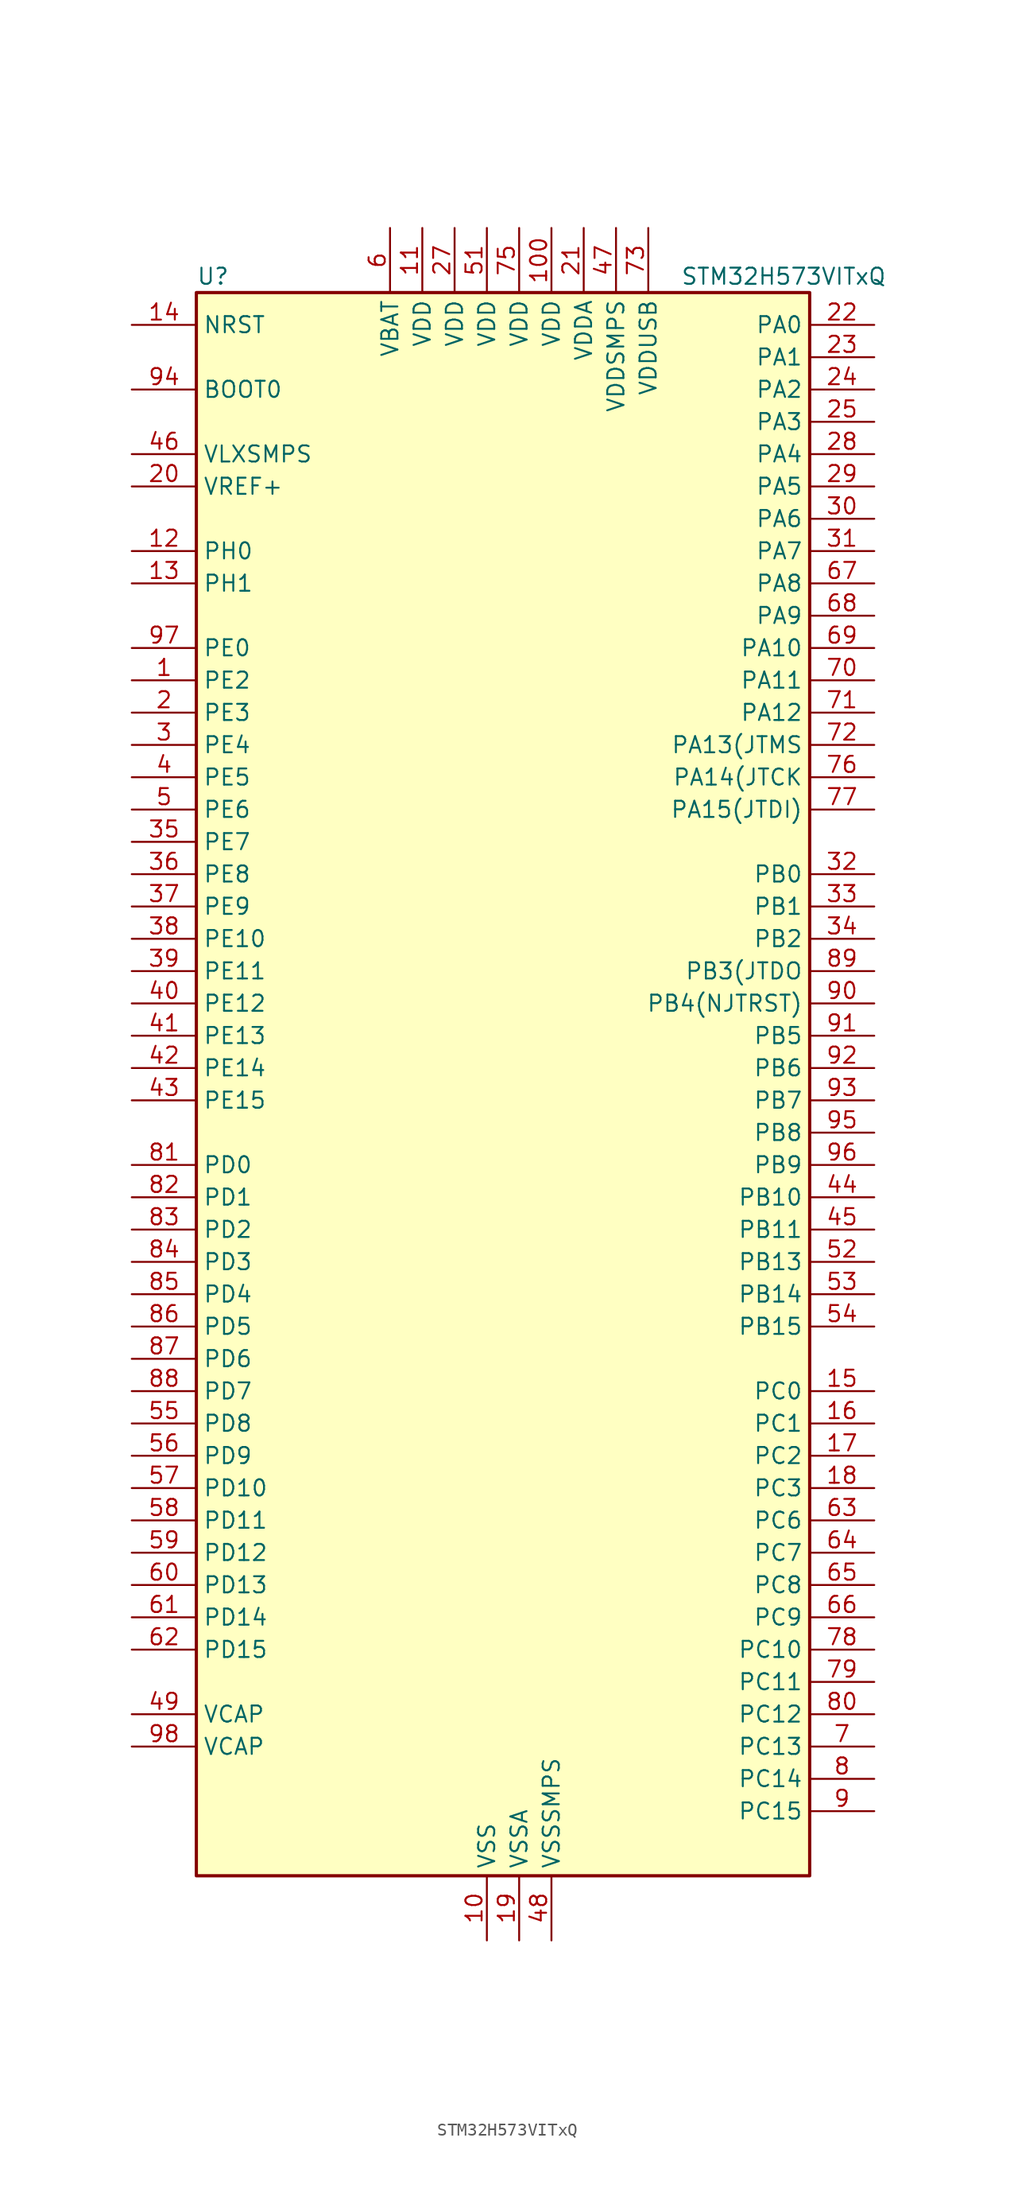
<source format=kicad_sym>
(kicad_symbol_lib
  (version 20231120)
  (generator "kicad-library-utils")
  (generator_version "8.0")
  (symbol "STM32H573VITxQ"
    (property "Reference" "U"
      (at -22.86 64.77 0)
      (effects (font (size 1.27 1.27)) (justify left)))
    (property "Value" "STM32H573VITxQ"
      (at 15.24 64.77 0)
      (effects (font (size 1.27 1.27)) (justify left)))
    (symbol "STM32H573VITxQ_0_1"
      (rectangle (start -22.86 -60.96) (end 25.4 63.5) (stroke (width 0.254) (type default)) (fill (type background))))
    (symbol "STM32H573VITxQ_1_1"
      (pin bidirectional line (at -27.94 33.02 0) (length 5.08) (name "PE2" (effects (font (size 1.27 1.27)))) (number "1" (effects (font (size 1.27 1.27)))) (alternate "DCMI_D3" bidirectional line) (alternate "DEBUG_TRACECLK" bidirectional line) (alternate "ETH_TXD3" bidirectional line) (alternate "FMC_A23" bidirectional line) (alternate "LPTIM1_IN2" bidirectional line) (alternate "OCTOSPI1_IO2" bidirectional line) (alternate "PSSI_D3" bidirectional line) (alternate "SAI1_CK1" bidirectional line) (alternate "SAI1_MCLK_A" bidirectional line) (alternate "SPI4_SCK" bidirectional line) (alternate "UART8_TX" bidirectional line) (alternate "USART10_RX" bidirectional line))
      (pin power_in line (at 0 -66.04 90) (length 5.08) (name "VSS" (effects (font (size 1.27 1.27)))) (number "10" (effects (font (size 1.27 1.27)))))
      (pin power_in line (at 5.08 68.58 270) (length 5.08) (name "VDD" (effects (font (size 1.27 1.27)))) (number "100" (effects (font (size 1.27 1.27)))))
      (pin power_in line (at -5.08 68.58 270) (length 5.08) (name "VDD" (effects (font (size 1.27 1.27)))) (number "11" (effects (font (size 1.27 1.27)))))
      (pin bidirectional line (at -27.94 43.18 0) (length 5.08) (name "PH0" (effects (font (size 1.27 1.27)))) (number "12" (effects (font (size 1.27 1.27)))) (alternate "RCC_OSC_IN" bidirectional line))
      (pin bidirectional line (at -27.94 40.64 0) (length 5.08) (name "PH1" (effects (font (size 1.27 1.27)))) (number "13" (effects (font (size 1.27 1.27)))) (alternate "RCC_OSC_OUT" bidirectional line))
      (pin input line (at -27.94 60.96 0) (length 5.08) (name "NRST" (effects (font (size 1.27 1.27)))) (number "14" (effects (font (size 1.27 1.27)))))
      (pin bidirectional line (at 30.48 -22.86 180) (length 5.08) (name "PC0" (effects (font (size 1.27 1.27)))) (number "15" (effects (font (size 1.27 1.27)))) (alternate "ADC1_INP10" bidirectional line) (alternate "ADC2_INP10" bidirectional line) (alternate "FMC_A25" bidirectional line) (alternate "FMC_SDNWE" bidirectional line) (alternate "OCTOSPI1_IO7" bidirectional line) (alternate "SAI1_MCLK_A" bidirectional line) (alternate "SAI2_FS_B" bidirectional line) (alternate "SPI2_RDY" bidirectional line) (alternate "TIM16_BKIN" bidirectional line))
      (pin bidirectional line (at 30.48 -25.4 180) (length 5.08) (name "PC1" (effects (font (size 1.27 1.27)))) (number "16" (effects (font (size 1.27 1.27)))) (alternate "ADC1_INN10" bidirectional line) (alternate "ADC1_INP11" bidirectional line) (alternate "ADC2_INN10" bidirectional line) (alternate "ADC2_INP11" bidirectional line) (alternate "DEBUG_TRACED0" bidirectional line) (alternate "ETH_MDC" bidirectional line) (alternate "I2S2_SDO" bidirectional line) (alternate "OCTOSPI1_IO4" bidirectional line) (alternate "PWR_WKUP6" bidirectional line) (alternate "SAI1_D1" bidirectional line) (alternate "SAI1_SD_A" bidirectional line) (alternate "SAI2_SD_A" bidirectional line) (alternate "SPI2_MOSI" bidirectional line) (alternate "TAMP_IN3" bidirectional line) (alternate "TAMP_OUT5" bidirectional line) (alternate "USART11_RTS" bidirectional line))
      (pin bidirectional line (at 30.48 -27.94 180) (length 5.08) (name "PC2" (effects (font (size 1.27 1.27)))) (number "17" (effects (font (size 1.27 1.27)))) (alternate "ADC1_INN11" bidirectional line) (alternate "ADC1_INP12" bidirectional line) (alternate "ADC2_INN11" bidirectional line) (alternate "ADC2_INP12" bidirectional line) (alternate "ETH_TXD2" bidirectional line) (alternate "FMC_SDNE0" bidirectional line) (alternate "I2S2_SDI" bidirectional line) (alternate "OCTOSPI1_IO2" bidirectional line) (alternate "OCTOSPI1_IO5" bidirectional line) (alternate "PWR_CSLEEP" bidirectional line) (alternate "SPI2_MISO" bidirectional line) (alternate "TIM17_CH1" bidirectional line) (alternate "TIM4_CH4" bidirectional line))
      (pin bidirectional line (at 30.48 -30.48 180) (length 5.08) (name "PC3" (effects (font (size 1.27 1.27)))) (number "18" (effects (font (size 1.27 1.27)))) (alternate "ADC1_INN12" bidirectional line) (alternate "ADC1_INP13" bidirectional line) (alternate "ADC2_INN12" bidirectional line) (alternate "ADC2_INP13" bidirectional line) (alternate "ETH_TX_CLK" bidirectional line) (alternate "FMC_SDCKE0" bidirectional line) (alternate "I2S2_SDO" bidirectional line) (alternate "LPTIM3_CH1" bidirectional line) (alternate "OCTOSPI1_IO0" bidirectional line) (alternate "OCTOSPI1_IO6" bidirectional line) (alternate "PWR_CSTOP" bidirectional line) (alternate "SAI1_D3" bidirectional line) (alternate "SPI2_MOSI" bidirectional line))
      (pin power_in line (at 2.54 -66.04 90) (length 5.08) (name "VSSA" (effects (font (size 1.27 1.27)))) (number "19" (effects (font (size 1.27 1.27)))))
      (pin bidirectional line (at -27.94 30.48 0) (length 5.08) (name "PE3" (effects (font (size 1.27 1.27)))) (number "2" (effects (font (size 1.27 1.27)))) (alternate "DEBUG_TRACED0" bidirectional line) (alternate "FMC_A19" bidirectional line) (alternate "SAI1_SD_B" bidirectional line) (alternate "TAMP_IN6" bidirectional line) (alternate "TAMP_OUT3" bidirectional line) (alternate "TIM15_BKIN" bidirectional line) (alternate "USART10_TX" bidirectional line))
      (pin input line (at -27.94 48.26 0) (length 5.08) (name "VREF+" (effects (font (size 1.27 1.27)))) (number "20" (effects (font (size 1.27 1.27)))))
      (pin power_in line (at 7.62 68.58 270) (length 5.08) (name "VDDA" (effects (font (size 1.27 1.27)))) (number "21" (effects (font (size 1.27 1.27)))))
      (pin bidirectional line (at 30.48 60.96 180) (length 5.08) (name "PA0" (effects (font (size 1.27 1.27)))) (number "22" (effects (font (size 1.27 1.27)))) (alternate "ADC1_INN1" bidirectional line) (alternate "ADC1_INP0" bidirectional line) (alternate "ADC2_INN1" bidirectional line) (alternate "ADC2_INP0" bidirectional line) (alternate "ETH_CRS" bidirectional line) (alternate "PWR_WKUP1" bidirectional line) (alternate "SAI2_SD_B" bidirectional line) (alternate "SPI3_RDY" bidirectional line) (alternate "SPI6_NSS" bidirectional line) (alternate "TAMP_IN2" bidirectional line) (alternate "TAMP_OUT1" bidirectional line) (alternate "TIM15_BKIN" bidirectional line) (alternate "TIM2_CH1" bidirectional line) (alternate "TIM2_ETR" bidirectional line) (alternate "TIM5_CH1" bidirectional line) (alternate "TIM8_ETR" bidirectional line) (alternate "UART4_TX" bidirectional line) (alternate "USART2_CTS" bidirectional line) (alternate "USART2_NSS" bidirectional line))
      (pin bidirectional line (at 30.48 58.42 180) (length 5.08) (name "PA1" (effects (font (size 1.27 1.27)))) (number "23" (effects (font (size 1.27 1.27)))) (alternate "ADC1_INP1" bidirectional line) (alternate "ADC2_INP1" bidirectional line) (alternate "ETH_REF_CLK" bidirectional line) (alternate "ETH_RX_CLK" bidirectional line) (alternate "LPTIM1_IN1" bidirectional line) (alternate "OCTOSPI1_DQS" bidirectional line) (alternate "OCTOSPI1_IO3" bidirectional line) (alternate "SAI2_MCLK_B" bidirectional line) (alternate "TAMP_IN5" bidirectional line) (alternate "TAMP_OUT4" bidirectional line) (alternate "TIM15_CH1N" bidirectional line) (alternate "TIM2_CH2" bidirectional line) (alternate "TIM5_CH2" bidirectional line) (alternate "UART4_RX" bidirectional line) (alternate "USART2_RTS" bidirectional line))
      (pin bidirectional line (at 30.48 55.88 180) (length 5.08) (name "PA2" (effects (font (size 1.27 1.27)))) (number "24" (effects (font (size 1.27 1.27)))) (alternate "ADC1_INP14" bidirectional line) (alternate "ADC2_INP14" bidirectional line) (alternate "ETH_MDIO" bidirectional line) (alternate "LPTIM1_IN2" bidirectional line) (alternate "PWR_WKUP2" bidirectional line) (alternate "SAI2_SCK_B" bidirectional line) (alternate "TAMP_IN4" bidirectional line) (alternate "TAMP_OUT3" bidirectional line) (alternate "TIM15_CH1" bidirectional line) (alternate "TIM2_CH3" bidirectional line) (alternate "TIM5_CH3" bidirectional line) (alternate "USART2_TX" bidirectional line))
      (pin bidirectional line (at 30.48 53.34 180) (length 5.08) (name "PA3" (effects (font (size 1.27 1.27)))) (number "25" (effects (font (size 1.27 1.27)))) (alternate "ADC1_INP15" bidirectional line) (alternate "ADC2_INP15" bidirectional line) (alternate "ETH_COL" bidirectional line) (alternate "I2S2_WS" bidirectional line) (alternate "OCTOSPI1_CLK" bidirectional line) (alternate "SAI1_SD_B" bidirectional line) (alternate "SPI2_NSS" bidirectional line) (alternate "TIM15_CH2" bidirectional line) (alternate "TIM2_CH4" bidirectional line) (alternate "TIM5_CH4" bidirectional line) (alternate "USART2_RX" bidirectional line))
      (pin passive line (at 0 -66.04 90) (length 5.08) hide (name "VSS" (effects (font (size 1.27 1.27)))) (number "26" (effects (font (size 1.27 1.27)))))
      (pin power_in line (at -2.54 68.58 270) (length 5.08) (name "VDD" (effects (font (size 1.27 1.27)))) (number "27" (effects (font (size 1.27 1.27)))))
      (pin bidirectional line (at 30.48 50.8 180) (length 5.08) (name "PA4" (effects (font (size 1.27 1.27)))) (number "28" (effects (font (size 1.27 1.27)))) (alternate "ADC1_INP18" bidirectional line) (alternate "ADC2_INP18" bidirectional line) (alternate "DAC1_OUT1" bidirectional line) (alternate "DCMI_HSYNC" bidirectional line) (alternate "I2S1_WS" bidirectional line) (alternate "I2S3_WS" bidirectional line) (alternate "LPTIM2_CH1" bidirectional line) (alternate "PSSI_DE" bidirectional line) (alternate "SPI1_NSS" bidirectional line) (alternate "SPI3_NSS" bidirectional line) (alternate "SPI6_NSS" bidirectional line) (alternate "TIM5_ETR" bidirectional line) (alternate "USART2_CK" bidirectional line))
      (pin bidirectional line (at 30.48 48.26 180) (length 5.08) (name "PA5" (effects (font (size 1.27 1.27)))) (number "29" (effects (font (size 1.27 1.27)))) (alternate "ADC1_INN18" bidirectional line) (alternate "ADC1_INP19" bidirectional line) (alternate "ADC2_INN18" bidirectional line) (alternate "ADC2_INP19" bidirectional line) (alternate "DAC1_OUT2" bidirectional line) (alternate "ETH_TX_EN" bidirectional line) (alternate "I2S1_CK" bidirectional line) (alternate "PSSI_D14" bidirectional line) (alternate "SPI1_SCK" bidirectional line) (alternate "SPI6_SCK" bidirectional line) (alternate "TIM2_CH1" bidirectional line) (alternate "TIM2_ETR" bidirectional line) (alternate "TIM8_CH1N" bidirectional line))
      (pin bidirectional line (at -27.94 27.94 0) (length 5.08) (name "PE4" (effects (font (size 1.27 1.27)))) (number "3" (effects (font (size 1.27 1.27)))) (alternate "DCMI_D4" bidirectional line) (alternate "DEBUG_TRACED1" bidirectional line) (alternate "FMC_A20" bidirectional line) (alternate "PSSI_D4" bidirectional line) (alternate "SAI1_D2" bidirectional line) (alternate "SAI1_FS_A" bidirectional line) (alternate "SPI4_NSS" bidirectional line) (alternate "TAMP_IN7" bidirectional line) (alternate "TAMP_OUT8" bidirectional line) (alternate "TIM15_CH1N" bidirectional line))
      (pin bidirectional line (at 30.48 45.72 180) (length 5.08) (name "PA6" (effects (font (size 1.27 1.27)))) (number "30" (effects (font (size 1.27 1.27)))) (alternate "ADC1_INP3" bidirectional line) (alternate "ADC2_INP3" bidirectional line) (alternate "DCMI_PIXCLK" bidirectional line) (alternate "I2S1_SDI" bidirectional line) (alternate "OCTOSPI1_IO3" bidirectional line) (alternate "PSSI_PDCK" bidirectional line) (alternate "SPI1_MISO" bidirectional line) (alternate "SPI6_MISO" bidirectional line) (alternate "TIM13_CH1" bidirectional line) (alternate "TIM1_BKIN" bidirectional line) (alternate "TIM3_CH1" bidirectional line) (alternate "TIM8_BKIN" bidirectional line) (alternate "USART11_TX" bidirectional line))
      (pin bidirectional line (at 30.48 43.18 180) (length 5.08) (name "PA7" (effects (font (size 1.27 1.27)))) (number "31" (effects (font (size 1.27 1.27)))) (alternate "ADC1_INN3" bidirectional line) (alternate "ADC1_INP7" bidirectional line) (alternate "ADC2_INN3" bidirectional line) (alternate "ADC2_INP7" bidirectional line) (alternate "ETH_CRS_DV" bidirectional line) (alternate "ETH_RX_DV" bidirectional line) (alternate "FMC_NWE" bidirectional line) (alternate "FMC_SDNWE" bidirectional line) (alternate "I2S1_SDO" bidirectional line) (alternate "OCTOSPI1_IO2" bidirectional line) (alternate "SPI1_MOSI" bidirectional line) (alternate "SPI6_MOSI" bidirectional line) (alternate "TIM14_CH1" bidirectional line) (alternate "TIM1_CH1N" bidirectional line) (alternate "TIM3_CH2" bidirectional line) (alternate "TIM8_CH1N" bidirectional line) (alternate "USART11_RX" bidirectional line))
      (pin bidirectional line (at 30.48 17.78 180) (length 5.08) (name "PB0" (effects (font (size 1.27 1.27)))) (number "32" (effects (font (size 1.27 1.27)))) (alternate "ADC1_INN5" bidirectional line) (alternate "ADC1_INP9" bidirectional line) (alternate "ADC2_INN5" bidirectional line) (alternate "ADC2_INP9" bidirectional line) (alternate "ETH_RXD2" bidirectional line) (alternate "LPTIM3_CH1" bidirectional line) (alternate "OCTOSPI1_IO1" bidirectional line) (alternate "TIM1_CH2N" bidirectional line) (alternate "TIM3_CH3" bidirectional line) (alternate "TIM8_CH2N" bidirectional line) (alternate "UART4_CTS" bidirectional line) (alternate "USART11_CK" bidirectional line))
      (pin bidirectional line (at 30.48 15.24 180) (length 5.08) (name "PB1" (effects (font (size 1.27 1.27)))) (number "33" (effects (font (size 1.27 1.27)))) (alternate "ADC1_INP5" bidirectional line) (alternate "ADC2_INP5" bidirectional line) (alternate "ETH_RXD3" bidirectional line) (alternate "LPTIM3_CH2" bidirectional line) (alternate "OCTOSPI1_IO0" bidirectional line) (alternate "TIM1_CH3N" bidirectional line) (alternate "TIM3_CH4" bidirectional line) (alternate "TIM8_CH3N" bidirectional line))
      (pin bidirectional line (at 30.48 12.7 180) (length 5.08) (name "PB2" (effects (font (size 1.27 1.27)))) (number "34" (effects (font (size 1.27 1.27)))) (alternate "I2S3_SDO" bidirectional line) (alternate "LPTIM1_CH1" bidirectional line) (alternate "LPTIM5_ETR" bidirectional line) (alternate "OCTOSPI1_CLK" bidirectional line) (alternate "OCTOSPI1_DQS" bidirectional line) (alternate "RCC_LSCO" bidirectional line) (alternate "RTC_OUT2" bidirectional line) (alternate "SAI1_D1" bidirectional line) (alternate "SAI1_SD_A" bidirectional line) (alternate "SDMMC1_CMD" bidirectional line) (alternate "SPI1_RDY" bidirectional line) (alternate "SPI3_MOSI" bidirectional line) (alternate "TIM8_CH4N" bidirectional line))
      (pin bidirectional line (at -27.94 20.32 0) (length 5.08) (name "PE7" (effects (font (size 1.27 1.27)))) (number "35" (effects (font (size 1.27 1.27)))) (alternate "FMC_D4" bidirectional line) (alternate "FMC_DA4" bidirectional line) (alternate "OCTOSPI1_IO4" bidirectional line) (alternate "TIM1_ETR" bidirectional line) (alternate "UART12_RTS" bidirectional line) (alternate "UART7_RX" bidirectional line))
      (pin bidirectional line (at -27.94 17.78 0) (length 5.08) (name "PE8" (effects (font (size 1.27 1.27)))) (number "36" (effects (font (size 1.27 1.27)))) (alternate "FMC_D5" bidirectional line) (alternate "FMC_DA5" bidirectional line) (alternate "OCTOSPI1_IO5" bidirectional line) (alternate "TIM1_CH1N" bidirectional line) (alternate "UART12_CTS" bidirectional line) (alternate "UART7_TX" bidirectional line))
      (pin bidirectional line (at -27.94 15.24 0) (length 5.08) (name "PE9" (effects (font (size 1.27 1.27)))) (number "37" (effects (font (size 1.27 1.27)))) (alternate "DAC1_EXTI9" bidirectional line) (alternate "FMC_D6" bidirectional line) (alternate "FMC_DA6" bidirectional line) (alternate "OCTOSPI1_IO6" bidirectional line) (alternate "TIM1_CH1" bidirectional line) (alternate "UART12_RX" bidirectional line) (alternate "UART7_RTS" bidirectional line))
      (pin bidirectional line (at -27.94 12.7 0) (length 5.08) (name "PE10" (effects (font (size 1.27 1.27)))) (number "38" (effects (font (size 1.27 1.27)))) (alternate "FMC_D7" bidirectional line) (alternate "FMC_DA7" bidirectional line) (alternate "OCTOSPI1_IO7" bidirectional line) (alternate "TIM1_CH2N" bidirectional line) (alternate "UART12_TX" bidirectional line) (alternate "UART7_CTS" bidirectional line))
      (pin bidirectional line (at -27.94 10.16 0) (length 5.08) (name "PE11" (effects (font (size 1.27 1.27)))) (number "39" (effects (font (size 1.27 1.27)))) (alternate "ADC1_EXTI11" bidirectional line) (alternate "ADC2_EXTI11" bidirectional line) (alternate "FMC_D8" bidirectional line) (alternate "FMC_DA8" bidirectional line) (alternate "OCTOSPI1_NCS" bidirectional line) (alternate "SAI2_SD_B" bidirectional line) (alternate "SPI1_RDY" bidirectional line) (alternate "SPI4_NSS" bidirectional line) (alternate "TIM1_CH2" bidirectional line))
      (pin bidirectional line (at -27.94 25.4 0) (length 5.08) (name "PE5" (effects (font (size 1.27 1.27)))) (number "4" (effects (font (size 1.27 1.27)))) (alternate "DCMI_D6" bidirectional line) (alternate "DEBUG_TRACED2" bidirectional line) (alternate "FMC_A21" bidirectional line) (alternate "PSSI_D6" bidirectional line) (alternate "SAI1_CK2" bidirectional line) (alternate "SAI1_SCK_A" bidirectional line) (alternate "SPI4_MISO" bidirectional line) (alternate "TAMP_IN8" bidirectional line) (alternate "TAMP_OUT7" bidirectional line) (alternate "TIM15_CH1" bidirectional line))
      (pin bidirectional line (at -27.94 7.62 0) (length 5.08) (name "PE12" (effects (font (size 1.27 1.27)))) (number "40" (effects (font (size 1.27 1.27)))) (alternate "FMC_D9" bidirectional line) (alternate "FMC_DA9" bidirectional line) (alternate "SAI2_SCK_B" bidirectional line) (alternate "SPI4_SCK" bidirectional line) (alternate "TIM1_CH3N" bidirectional line))
      (pin bidirectional line (at -27.94 5.08 0) (length 5.08) (name "PE13" (effects (font (size 1.27 1.27)))) (number "41" (effects (font (size 1.27 1.27)))) (alternate "FMC_D10" bidirectional line) (alternate "FMC_DA10" bidirectional line) (alternate "SAI2_FS_B" bidirectional line) (alternate "SPI4_MISO" bidirectional line) (alternate "TIM1_CH3" bidirectional line))
      (pin bidirectional line (at -27.94 2.54 0) (length 5.08) (name "PE14" (effects (font (size 1.27 1.27)))) (number "42" (effects (font (size 1.27 1.27)))) (alternate "FMC_D11" bidirectional line) (alternate "FMC_DA11" bidirectional line) (alternate "SAI2_MCLK_B" bidirectional line) (alternate "SPI4_MOSI" bidirectional line) (alternate "TIM1_CH4" bidirectional line))
      (pin bidirectional line (at -27.94 0 0) (length 5.08) (name "PE15" (effects (font (size 1.27 1.27)))) (number "43" (effects (font (size 1.27 1.27)))) (alternate "ADC1_EXTI15" bidirectional line) (alternate "ADC2_EXTI15" bidirectional line) (alternate "FMC_D12" bidirectional line) (alternate "FMC_DA12" bidirectional line) (alternate "TIM1_BKIN" bidirectional line) (alternate "TIM1_CH4N" bidirectional line) (alternate "USART10_CK" bidirectional line))
      (pin bidirectional line (at 30.48 -7.62 180) (length 5.08) (name "PB10" (effects (font (size 1.27 1.27)))) (number "44" (effects (font (size 1.27 1.27)))) (alternate "ETH_RX_ER" bidirectional line) (alternate "I2C2_SCL" bidirectional line) (alternate "I2S2_CK" bidirectional line) (alternate "LPTIM2_IN1" bidirectional line) (alternate "LPTIM3_CH1" bidirectional line) (alternate "OCTOSPI1_NCS" bidirectional line) (alternate "SPI2_SCK" bidirectional line) (alternate "TIM2_CH3" bidirectional line) (alternate "USART3_TX" bidirectional line))
      (pin bidirectional line (at 30.48 -10.16 180) (length 5.08) (name "PB11" (effects (font (size 1.27 1.27)))) (number "45" (effects (font (size 1.27 1.27)))) (alternate "ADC1_EXTI11" bidirectional line) (alternate "ADC2_EXTI11" bidirectional line) (alternate "ETH_TX_EN" bidirectional line) (alternate "FMC_NBL1" bidirectional line) (alternate "I2C2_SDA" bidirectional line) (alternate "LPTIM2_ETR" bidirectional line) (alternate "SPI2_RDY" bidirectional line) (alternate "SPI4_RDY" bidirectional line) (alternate "TIM2_CH4" bidirectional line) (alternate "USART3_RX" bidirectional line))
      (pin power_in line (at -27.94 50.8 0) (length 5.08) (name "VLXSMPS" (effects (font (size 1.27 1.27)))) (number "46" (effects (font (size 1.27 1.27)))))
      (pin power_in line (at 10.16 68.58 270) (length 5.08) (name "VDDSMPS" (effects (font (size 1.27 1.27)))) (number "47" (effects (font (size 1.27 1.27)))))
      (pin power_in line (at 5.08 -66.04 90) (length 5.08) (name "VSSSMPS" (effects (font (size 1.27 1.27)))) (number "48" (effects (font (size 1.27 1.27)))))
      (pin power_out line (at -27.94 -48.26 0) (length 5.08) (name "VCAP" (effects (font (size 1.27 1.27)))) (number "49" (effects (font (size 1.27 1.27)))))
      (pin bidirectional line (at -27.94 22.86 0) (length 5.08) (name "PE6" (effects (font (size 1.27 1.27)))) (number "5" (effects (font (size 1.27 1.27)))) (alternate "DCMI_D7" bidirectional line) (alternate "DEBUG_TRACED3" bidirectional line) (alternate "FMC_A22" bidirectional line) (alternate "PSSI_D7" bidirectional line) (alternate "SAI1_D1" bidirectional line) (alternate "SAI1_SD_A" bidirectional line) (alternate "SAI2_MCLK_B" bidirectional line) (alternate "SPI4_MOSI" bidirectional line) (alternate "TAMP_IN3" bidirectional line) (alternate "TAMP_OUT6" bidirectional line) (alternate "TIM15_CH2" bidirectional line) (alternate "TIM1_BKIN2" bidirectional line))
      (pin passive line (at 0 -66.04 90) (length 5.08) hide (name "VSS" (effects (font (size 1.27 1.27)))) (number "50" (effects (font (size 1.27 1.27)))))
      (pin power_in line (at 0 68.58 270) (length 5.08) (name "VDD" (effects (font (size 1.27 1.27)))) (number "51" (effects (font (size 1.27 1.27)))))
      (pin bidirectional line (at 30.48 -12.7 180) (length 5.08) (name "PB13" (effects (font (size 1.27 1.27)))) (number "52" (effects (font (size 1.27 1.27)))) (alternate "FDCAN2_TX" bidirectional line) (alternate "I2C2_SMBA" bidirectional line) (alternate "I2S2_CK" bidirectional line) (alternate "LPTIM2_CH1" bidirectional line) (alternate "LPTIM3_IN1" bidirectional line) (alternate "SDMMC1_D0" bidirectional line) (alternate "SPI2_SCK" bidirectional line) (alternate "TIM1_CH1N" bidirectional line) (alternate "UART5_TX" bidirectional line) (alternate "UCPD1_CC1" bidirectional line) (alternate "USART3_CTS" bidirectional line) (alternate "USART3_NSS" bidirectional line))
      (pin bidirectional line (at 30.48 -15.24 180) (length 5.08) (name "PB14" (effects (font (size 1.27 1.27)))) (number "53" (effects (font (size 1.27 1.27)))) (alternate "I2S2_SDI" bidirectional line) (alternate "LPTIM3_ETR" bidirectional line) (alternate "SPI2_MISO" bidirectional line) (alternate "TIM12_CH1" bidirectional line) (alternate "TIM1_CH2N" bidirectional line) (alternate "TIM8_CH2N" bidirectional line) (alternate "UART4_DE" bidirectional line) (alternate "UART4_RTS" bidirectional line) (alternate "UCPD1_CC2" bidirectional line) (alternate "USART1_TX" bidirectional line) (alternate "USART3_RTS" bidirectional line))
      (pin bidirectional line (at 30.48 -17.78 180) (length 5.08) (name "PB15" (effects (font (size 1.27 1.27)))) (number "54" (effects (font (size 1.27 1.27)))) (alternate "ADC1_EXTI15" bidirectional line) (alternate "ADC2_EXTI15" bidirectional line) (alternate "DCMI_D2" bidirectional line) (alternate "ETH_TXD1" bidirectional line) (alternate "I2S2_SDO" bidirectional line) (alternate "OCTOSPI1_CLK" bidirectional line) (alternate "PSSI_D2" bidirectional line) (alternate "PWR_PVD_IN" bidirectional line) (alternate "RTC_REFIN" bidirectional line) (alternate "SPI2_MOSI" bidirectional line) (alternate "TIM12_CH2" bidirectional line) (alternate "TIM1_CH3N" bidirectional line) (alternate "TIM8_CH3N" bidirectional line) (alternate "UART4_CTS" bidirectional line) (alternate "UART5_RX" bidirectional line) (alternate "USART11_CTS" bidirectional line) (alternate "USART11_NSS" bidirectional line) (alternate "USART1_RX" bidirectional line))
      (pin bidirectional line (at -27.94 -25.4 0) (length 5.08) (name "PD8" (effects (font (size 1.27 1.27)))) (number "55" (effects (font (size 1.27 1.27)))) (alternate "FMC_D13" bidirectional line) (alternate "FMC_DA13" bidirectional line) (alternate "USART3_TX" bidirectional line))
      (pin bidirectional line (at -27.94 -27.94 0) (length 5.08) (name "PD9" (effects (font (size 1.27 1.27)))) (number "56" (effects (font (size 1.27 1.27)))) (alternate "DAC1_EXTI9" bidirectional line) (alternate "FDCAN2_RX" bidirectional line) (alternate "FMC_D14" bidirectional line) (alternate "FMC_DA14" bidirectional line) (alternate "USART3_RX" bidirectional line))
      (pin bidirectional line (at -27.94 -30.48 0) (length 5.08) (name "PD10" (effects (font (size 1.27 1.27)))) (number "57" (effects (font (size 1.27 1.27)))) (alternate "FMC_D15" bidirectional line) (alternate "FMC_DA15" bidirectional line) (alternate "LPTIM2_CH2" bidirectional line) (alternate "USART3_CK" bidirectional line))
      (pin bidirectional line (at -27.94 -33.02 0) (length 5.08) (name "PD11" (effects (font (size 1.27 1.27)))) (number "58" (effects (font (size 1.27 1.27)))) (alternate "ADC1_EXTI11" bidirectional line) (alternate "ADC2_EXTI11" bidirectional line) (alternate "FMC_A16" bidirectional line) (alternate "FMC_CLE" bidirectional line) (alternate "I2C4_SMBA" bidirectional line) (alternate "LPTIM2_IN2" bidirectional line) (alternate "OCTOSPI1_IO0" bidirectional line) (alternate "SAI1_CK1" bidirectional line) (alternate "SAI2_SD_A" bidirectional line) (alternate "UART4_RX" bidirectional line) (alternate "USART3_CTS" bidirectional line) (alternate "USART3_NSS" bidirectional line))
      (pin bidirectional line (at -27.94 -35.56 0) (length 5.08) (name "PD12" (effects (font (size 1.27 1.27)))) (number "59" (effects (font (size 1.27 1.27)))) (alternate "DCMI_D12" bidirectional line) (alternate "FMC_A17" bidirectional line) (alternate "FMC_ALE" bidirectional line) (alternate "I2C4_SCL" bidirectional line) (alternate "I3C1_SCL" bidirectional line) (alternate "LPTIM1_IN1" bidirectional line) (alternate "LPTIM2_IN1" bidirectional line) (alternate "OCTOSPI1_IO1" bidirectional line) (alternate "PSSI_D12" bidirectional line) (alternate "SAI1_D1" bidirectional line) (alternate "SAI2_FS_A" bidirectional line) (alternate "TIM4_CH1" bidirectional line) (alternate "UART4_TX" bidirectional line) (alternate "USART3_RTS" bidirectional line))
      (pin power_in line (at -7.62 68.58 270) (length 5.08) (name "VBAT" (effects (font (size 1.27 1.27)))) (number "6" (effects (font (size 1.27 1.27)))))
      (pin bidirectional line (at -27.94 -38.1 0) (length 5.08) (name "PD13" (effects (font (size 1.27 1.27)))) (number "60" (effects (font (size 1.27 1.27)))) (alternate "DCMI_D13" bidirectional line) (alternate "FMC_A18" bidirectional line) (alternate "I2C4_SDA" bidirectional line) (alternate "I3C1_SDA" bidirectional line) (alternate "LPTIM1_CH1" bidirectional line) (alternate "LPTIM2_CH1" bidirectional line) (alternate "LPTIM4_IN1" bidirectional line) (alternate "OCTOSPI1_IO3" bidirectional line) (alternate "PSSI_D13" bidirectional line) (alternate "SAI2_SCK_A" bidirectional line) (alternate "TIM4_CH2" bidirectional line) (alternate "UART9_RTS" bidirectional line))
      (pin bidirectional line (at -27.94 -40.64 0) (length 5.08) (name "PD14" (effects (font (size 1.27 1.27)))) (number "61" (effects (font (size 1.27 1.27)))) (alternate "FMC_D0" bidirectional line) (alternate "FMC_DA0" bidirectional line) (alternate "TIM4_CH3" bidirectional line) (alternate "UART8_CTS" bidirectional line) (alternate "UART9_RX" bidirectional line))
      (pin bidirectional line (at -27.94 -43.18 0) (length 5.08) (name "PD15" (effects (font (size 1.27 1.27)))) (number "62" (effects (font (size 1.27 1.27)))) (alternate "ADC1_EXTI15" bidirectional line) (alternate "ADC2_EXTI15" bidirectional line) (alternate "FMC_D1" bidirectional line) (alternate "FMC_DA1" bidirectional line) (alternate "TIM4_CH4" bidirectional line) (alternate "UART8_RTS" bidirectional line) (alternate "UART9_TX" bidirectional line))
      (pin bidirectional line (at 30.48 -33.02 180) (length 5.08) (name "PC6" (effects (font (size 1.27 1.27)))) (number "63" (effects (font (size 1.27 1.27)))) (alternate "DCMI_D0" bidirectional line) (alternate "FMC_NWAIT" bidirectional line) (alternate "I2S2_MCK" bidirectional line) (alternate "OCTOSPI1_IO5" bidirectional line) (alternate "PSSI_D0" bidirectional line) (alternate "SAI1_SCK_A" bidirectional line) (alternate "SDMMC1_D0DIR" bidirectional line) (alternate "SDMMC1_D6" bidirectional line) (alternate "TIM3_CH1" bidirectional line) (alternate "TIM8_CH1" bidirectional line) (alternate "USART6_TX" bidirectional line))
      (pin bidirectional line (at 30.48 -35.56 180) (length 5.08) (name "PC7" (effects (font (size 1.27 1.27)))) (number "64" (effects (font (size 1.27 1.27)))) (alternate "DCMI_D1" bidirectional line) (alternate "DEBUG_TRGIO" bidirectional line) (alternate "FMC_NE1" bidirectional line) (alternate "I2S3_MCK" bidirectional line) (alternate "OCTOSPI1_IO6" bidirectional line) (alternate "PSSI_D1" bidirectional line) (alternate "SDMMC1_D123DIR" bidirectional line) (alternate "SDMMC1_D7" bidirectional line) (alternate "TIM3_CH2" bidirectional line) (alternate "TIM8_CH2" bidirectional line) (alternate "USART6_RX" bidirectional line))
      (pin bidirectional line (at 30.48 -38.1 180) (length 5.08) (name "PC8" (effects (font (size 1.27 1.27)))) (number "65" (effects (font (size 1.27 1.27)))) (alternate "DCMI_D2" bidirectional line) (alternate "DEBUG_TRACED1" bidirectional line) (alternate "FMC_ALE" bidirectional line) (alternate "FMC_INT" bidirectional line) (alternate "FMC_NCE" bidirectional line) (alternate "FMC_NE2" bidirectional line) (alternate "PSSI_D2" bidirectional line) (alternate "SDMMC1_D0" bidirectional line) (alternate "TIM3_CH3" bidirectional line) (alternate "TIM8_CH3" bidirectional line) (alternate "UART5_DE" bidirectional line) (alternate "UART5_RTS" bidirectional line) (alternate "USART6_CK" bidirectional line))
      (pin bidirectional line (at 30.48 -40.64 180) (length 5.08) (name "PC9" (effects (font (size 1.27 1.27)))) (number "66" (effects (font (size 1.27 1.27)))) (alternate "AUDIOCLK" bidirectional line) (alternate "DAC1_EXTI9" bidirectional line) (alternate "DCMI_D3" bidirectional line) (alternate "FMC_CLE" bidirectional line) (alternate "I2C3_SDA" bidirectional line) (alternate "OCTOSPI1_IO0" bidirectional line) (alternate "PSSI_D3" bidirectional line) (alternate "RCC_MCO_2" bidirectional line) (alternate "SDMMC1_D1" bidirectional line) (alternate "TIM3_CH4" bidirectional line) (alternate "TIM8_CH4" bidirectional line) (alternate "UART5_CTS" bidirectional line) (alternate "UCPD1_DB2" bidirectional line))
      (pin bidirectional line (at 30.48 40.64 180) (length 5.08) (name "PA8" (effects (font (size 1.27 1.27)))) (number "67" (effects (font (size 1.27 1.27)))) (alternate "DCMI_D3" bidirectional line) (alternate "FMC_NOE" bidirectional line) (alternate "I2C3_SCL" bidirectional line) (alternate "PSSI_D3" bidirectional line) (alternate "RCC_MCO_1" bidirectional line) (alternate "SPI1_RDY" bidirectional line) (alternate "TIM1_CH1" bidirectional line) (alternate "TIM8_BKIN2" bidirectional line) (alternate "UART7_RX" bidirectional line) (alternate "USART1_CK" bidirectional line) (alternate "USB_SOF" bidirectional line))
      (pin bidirectional line (at 30.48 38.1 180) (length 5.08) (name "PA9" (effects (font (size 1.27 1.27)))) (number "68" (effects (font (size 1.27 1.27)))) (alternate "DAC1_EXTI9" bidirectional line) (alternate "DCMI_D0" bidirectional line) (alternate "ETH_TX_ER" bidirectional line) (alternate "FMC_NWE" bidirectional line) (alternate "I2C3_SMBA" bidirectional line) (alternate "I2S2_CK" bidirectional line) (alternate "LPUART1_TX" bidirectional line) (alternate "PSSI_D0" bidirectional line) (alternate "SPI2_SCK" bidirectional line) (alternate "TIM1_CH2" bidirectional line) (alternate "UCPD1_DB1" bidirectional line) (alternate "USART1_TX" bidirectional line))
      (pin bidirectional line (at 30.48 35.56 180) (length 5.08) (name "PA10" (effects (font (size 1.27 1.27)))) (number "69" (effects (font (size 1.27 1.27)))) (alternate "DCMI_D1" bidirectional line) (alternate "FDCAN2_TX" bidirectional line) (alternate "LPTIM2_IN2" bidirectional line) (alternate "LPUART1_RX" bidirectional line) (alternate "PSSI_D1" bidirectional line) (alternate "SDMMC1_D0" bidirectional line) (alternate "TIM1_CH3" bidirectional line) (alternate "UCPD1_FRSTX" bidirectional line) (alternate "USART1_RX" bidirectional line))
      (pin bidirectional line (at 30.48 -50.8 180) (length 5.08) (name "PC13" (effects (font (size 1.27 1.27)))) (number "7" (effects (font (size 1.27 1.27)))) (alternate "PWR_WKUP4" bidirectional line) (alternate "RTC_OUT1" bidirectional line) (alternate "RTC_TS" bidirectional line) (alternate "TAMP_IN1" bidirectional line) (alternate "TAMP_OUT2" bidirectional line) (alternate "TAMP_OUT3" bidirectional line))
      (pin bidirectional line (at 30.48 33.02 180) (length 5.08) (name "PA11" (effects (font (size 1.27 1.27)))) (number "70" (effects (font (size 1.27 1.27)))) (alternate "ADC1_EXTI11" bidirectional line) (alternate "ADC2_EXTI11" bidirectional line) (alternate "FDCAN1_RX" bidirectional line) (alternate "I2S2_WS" bidirectional line) (alternate "LPUART1_CTS" bidirectional line) (alternate "SPI2_NSS" bidirectional line) (alternate "TIM1_CH4" bidirectional line) (alternate "UART4_RX" bidirectional line) (alternate "USART1_CTS" bidirectional line) (alternate "USART1_NSS" bidirectional line) (alternate "USB_DM" bidirectional line))
      (pin bidirectional line (at 30.48 30.48 180) (length 5.08) (name "PA12" (effects (font (size 1.27 1.27)))) (number "71" (effects (font (size 1.27 1.27)))) (alternate "FDCAN1_TX" bidirectional line) (alternate "I2S2_CK" bidirectional line) (alternate "LPUART1_RTS" bidirectional line) (alternate "SAI2_FS_B" bidirectional line) (alternate "SPI2_SCK" bidirectional line) (alternate "TIM1_ETR" bidirectional line) (alternate "UART4_TX" bidirectional line) (alternate "USART1_RTS" bidirectional line) (alternate "USB_DP" bidirectional line))
      (pin bidirectional line (at 30.48 27.94 180) (length 5.08) (name "PA13(JTMS" (effects (font (size 1.27 1.27)))) (number "72" (effects (font (size 1.27 1.27)))) (alternate "DEBUG_JTMS-SWDIO" bidirectional line))
      (pin power_in line (at 12.7 68.58 270) (length 5.08) (name "VDDUSB" (effects (font (size 1.27 1.27)))) (number "73" (effects (font (size 1.27 1.27)))))
      (pin passive line (at 0 -66.04 90) (length 5.08) hide (name "VSS" (effects (font (size 1.27 1.27)))) (number "74" (effects (font (size 1.27 1.27)))))
      (pin power_in line (at 2.54 68.58 270) (length 5.08) (name "VDD" (effects (font (size 1.27 1.27)))) (number "75" (effects (font (size 1.27 1.27)))))
      (pin bidirectional line (at 30.48 25.4 180) (length 5.08) (name "PA14(JTCK" (effects (font (size 1.27 1.27)))) (number "76" (effects (font (size 1.27 1.27)))) (alternate "DEBUG_JTCK-SWCLK" bidirectional line))
      (pin bidirectional line (at 30.48 22.86 180) (length 5.08) (name "PA15(JTDI)" (effects (font (size 1.27 1.27)))) (number "77" (effects (font (size 1.27 1.27)))) (alternate "ADC1_EXTI15" bidirectional line) (alternate "ADC2_EXTI15" bidirectional line) (alternate "CEC" bidirectional line) (alternate "DCMI_D11" bidirectional line) (alternate "DEBUG_JTDI" bidirectional line) (alternate "FMC_NBL1" bidirectional line) (alternate "I2S1_WS" bidirectional line) (alternate "I2S3_WS" bidirectional line) (alternate "LPTIM3_IN2" bidirectional line) (alternate "PSSI_D11" bidirectional line) (alternate "SPI1_NSS" bidirectional line) (alternate "SPI3_NSS" bidirectional line) (alternate "SPI6_NSS" bidirectional line) (alternate "TIM2_CH1" bidirectional line) (alternate "TIM2_ETR" bidirectional line) (alternate "UART4_DE" bidirectional line) (alternate "UART4_RTS" bidirectional line) (alternate "UART7_TX" bidirectional line))
      (pin bidirectional line (at 30.48 -43.18 180) (length 5.08) (name "PC10" (effects (font (size 1.27 1.27)))) (number "78" (effects (font (size 1.27 1.27)))) (alternate "DCMI_D8" bidirectional line) (alternate "ETH_TXD0" bidirectional line) (alternate "I2S3_CK" bidirectional line) (alternate "LPTIM3_ETR" bidirectional line) (alternate "OCTOSPI1_IO1" bidirectional line) (alternate "PSSI_D8" bidirectional line) (alternate "SDMMC1_D2" bidirectional line) (alternate "SPI3_SCK" bidirectional line) (alternate "UART4_TX" bidirectional line) (alternate "USART3_TX" bidirectional line))
      (pin bidirectional line (at 30.48 -45.72 180) (length 5.08) (name "PC11" (effects (font (size 1.27 1.27)))) (number "79" (effects (font (size 1.27 1.27)))) (alternate "ADC1_EXTI11" bidirectional line) (alternate "ADC2_EXTI11" bidirectional line) (alternate "DCMI_D4" bidirectional line) (alternate "I2S3_SDI" bidirectional line) (alternate "LPTIM3_IN1" bidirectional line) (alternate "OCTOSPI1_NCS" bidirectional line) (alternate "PSSI_D4" bidirectional line) (alternate "SDMMC1_D3" bidirectional line) (alternate "SPI3_MISO" bidirectional line) (alternate "UART4_RX" bidirectional line) (alternate "USART3_RX" bidirectional line))
      (pin bidirectional line (at 30.48 -53.34 180) (length 5.08) (name "PC14" (effects (font (size 1.27 1.27)))) (number "8" (effects (font (size 1.27 1.27)))) (alternate "RCC_OSC32_IN" bidirectional line))
      (pin bidirectional line (at 30.48 -48.26 180) (length 5.08) (name "PC12" (effects (font (size 1.27 1.27)))) (number "80" (effects (font (size 1.27 1.27)))) (alternate "DCMI_D9" bidirectional line) (alternate "DEBUG_TRACED3" bidirectional line) (alternate "I2S3_SDO" bidirectional line) (alternate "PSSI_D9" bidirectional line) (alternate "SDMMC1_CK" bidirectional line) (alternate "SPI3_MOSI" bidirectional line) (alternate "SPI6_SCK" bidirectional line) (alternate "TIM15_CH1" bidirectional line) (alternate "UART5_TX" bidirectional line) (alternate "USART3_CK" bidirectional line))
      (pin bidirectional line (at -27.94 -5.08 0) (length 5.08) (name "PD0" (effects (font (size 1.27 1.27)))) (number "81" (effects (font (size 1.27 1.27)))) (alternate "FDCAN1_RX" bidirectional line) (alternate "FMC_D2" bidirectional line) (alternate "FMC_DA2" bidirectional line) (alternate "TIM8_CH4N" bidirectional line) (alternate "UART4_RX" bidirectional line) (alternate "UART9_CTS" bidirectional line))
      (pin bidirectional line (at -27.94 -7.62 0) (length 5.08) (name "PD1" (effects (font (size 1.27 1.27)))) (number "82" (effects (font (size 1.27 1.27)))) (alternate "FDCAN1_TX" bidirectional line) (alternate "FMC_D3" bidirectional line) (alternate "FMC_DA3" bidirectional line) (alternate "UART4_TX" bidirectional line))
      (pin bidirectional line (at -27.94 -10.16 0) (length 5.08) (name "PD2" (effects (font (size 1.27 1.27)))) (number "83" (effects (font (size 1.27 1.27)))) (alternate "DCMI_D11" bidirectional line) (alternate "DEBUG_TRACED2" bidirectional line) (alternate "LPTIM4_ETR" bidirectional line) (alternate "PSSI_D11" bidirectional line) (alternate "PWR_WKUP7" bidirectional line) (alternate "SDMMC1_CMD" bidirectional line) (alternate "TIM15_BKIN" bidirectional line) (alternate "TIM3_ETR" bidirectional line) (alternate "UART5_RX" bidirectional line))
      (pin bidirectional line (at -27.94 -12.7 0) (length 5.08) (name "PD3" (effects (font (size 1.27 1.27)))) (number "84" (effects (font (size 1.27 1.27)))) (alternate "DCMI_D5" bidirectional line) (alternate "FMC_CLK" bidirectional line) (alternate "I2S2_CK" bidirectional line) (alternate "PSSI_D5" bidirectional line) (alternate "PWR_WKUP8" bidirectional line) (alternate "SPI2_SCK" bidirectional line) (alternate "USART2_CTS" bidirectional line) (alternate "USART2_NSS" bidirectional line))
      (pin bidirectional line (at -27.94 -15.24 0) (length 5.08) (name "PD4" (effects (font (size 1.27 1.27)))) (number "85" (effects (font (size 1.27 1.27)))) (alternate "FMC_NOE" bidirectional line) (alternate "OCTOSPI1_IO4" bidirectional line) (alternate "USART2_RTS" bidirectional line))
      (pin bidirectional line (at -27.94 -17.78 0) (length 5.08) (name "PD5" (effects (font (size 1.27 1.27)))) (number "86" (effects (font (size 1.27 1.27)))) (alternate "FDCAN1_TX" bidirectional line) (alternate "FMC_NWE" bidirectional line) (alternate "OCTOSPI1_IO5" bidirectional line) (alternate "SPI2_RDY" bidirectional line) (alternate "TIM1_CH4N" bidirectional line) (alternate "USART2_TX" bidirectional line))
      (pin bidirectional line (at -27.94 -20.32 0) (length 5.08) (name "PD6" (effects (font (size 1.27 1.27)))) (number "87" (effects (font (size 1.27 1.27)))) (alternate "DCMI_D10" bidirectional line) (alternate "FMC_NWAIT" bidirectional line) (alternate "I2S3_SDO" bidirectional line) (alternate "OCTOSPI1_IO6" bidirectional line) (alternate "PSSI_D10" bidirectional line) (alternate "SAI1_D1" bidirectional line) (alternate "SAI1_SD_A" bidirectional line) (alternate "SPI3_MOSI" bidirectional line) (alternate "USART2_RX" bidirectional line))
      (pin bidirectional line (at -27.94 -22.86 0) (length 5.08) (name "PD7" (effects (font (size 1.27 1.27)))) (number "88" (effects (font (size 1.27 1.27)))) (alternate "FMC_NCE" bidirectional line) (alternate "FMC_NE1" bidirectional line) (alternate "I2S1_SDO" bidirectional line) (alternate "LPTIM4_OUT" bidirectional line) (alternate "OCTOSPI1_IO7" bidirectional line) (alternate "SPI1_MOSI" bidirectional line) (alternate "USART2_CK" bidirectional line))
      (pin bidirectional line (at 30.48 10.16 180) (length 5.08) (name "PB3(JTDO" (effects (font (size 1.27 1.27)))) (number "89" (effects (font (size 1.27 1.27)))) (alternate "CRS_SYNC" bidirectional line) (alternate "DEBUG_JTDO-SWO" bidirectional line) (alternate "I2C2_SDA" bidirectional line) (alternate "I2S1_CK" bidirectional line) (alternate "I2S3_CK" bidirectional line) (alternate "LPTIM6_ETR" bidirectional line) (alternate "SPI1_SCK" bidirectional line) (alternate "SPI3_SCK" bidirectional line) (alternate "SPI6_SCK" bidirectional line) (alternate "TIM2_CH2" bidirectional line) (alternate "UART12_CTS" bidirectional line) (alternate "UART7_RX" bidirectional line))
      (pin bidirectional line (at 30.48 -55.88 180) (length 5.08) (name "PC15" (effects (font (size 1.27 1.27)))) (number "9" (effects (font (size 1.27 1.27)))) (alternate "ADC1_EXTI15" bidirectional line) (alternate "ADC2_EXTI15" bidirectional line) (alternate "RCC_OSC32_OUT" bidirectional line))
      (pin bidirectional line (at 30.48 7.62 180) (length 5.08) (name "PB4(NJTRST)" (effects (font (size 1.27 1.27)))) (number "90" (effects (font (size 1.27 1.27)))) (alternate "DCMI_D7" bidirectional line) (alternate "DEBUG_JTRST" bidirectional line) (alternate "I2S1_SDI" bidirectional line) (alternate "I2S2_WS" bidirectional line) (alternate "I2S3_SDI" bidirectional line) (alternate "LPTIM1_CH2" bidirectional line) (alternate "OCTOSPI1_CLK" bidirectional line) (alternate "PSSI_D7" bidirectional line) (alternate "SPI1_MISO" bidirectional line) (alternate "SPI2_NSS" bidirectional line) (alternate "SPI3_MISO" bidirectional line) (alternate "SPI6_MISO" bidirectional line) (alternate "TIM16_BKIN" bidirectional line) (alternate "TIM3_CH1" bidirectional line) (alternate "UART7_TX" bidirectional line))
      (pin bidirectional line (at 30.48 5.08 180) (length 5.08) (name "PB5" (effects (font (size 1.27 1.27)))) (number "91" (effects (font (size 1.27 1.27)))) (alternate "DCMI_D10" bidirectional line) (alternate "ETH_PPS_OUT" bidirectional line) (alternate "FDCAN2_RX" bidirectional line) (alternate "FMC_SDCKE1" bidirectional line) (alternate "I2C1_SMBA" bidirectional line) (alternate "I2C4_SMBA" bidirectional line) (alternate "I2S1_SDO" bidirectional line) (alternate "I2S3_SDO" bidirectional line) (alternate "OCTOSPI1_NCLK" bidirectional line) (alternate "PSSI_D10" bidirectional line) (alternate "SPI1_MOSI" bidirectional line) (alternate "SPI3_MOSI" bidirectional line) (alternate "SPI6_MOSI" bidirectional line) (alternate "TIM17_BKIN" bidirectional line) (alternate "TIM3_CH2" bidirectional line) (alternate "UART5_RX" bidirectional line))
      (pin bidirectional line (at 30.48 2.54 180) (length 5.08) (name "PB6" (effects (font (size 1.27 1.27)))) (number "92" (effects (font (size 1.27 1.27)))) (alternate "CEC" bidirectional line) (alternate "DCMI_D5" bidirectional line) (alternate "FDCAN2_TX" bidirectional line) (alternate "FMC_SDNE1" bidirectional line) (alternate "I2C1_SCL" bidirectional line) (alternate "I2C4_SCL" bidirectional line) (alternate "I3C1_SCL" bidirectional line) (alternate "LPUART1_TX" bidirectional line) (alternate "OCTOSPI1_NCS" bidirectional line) (alternate "PSSI_D5" bidirectional line) (alternate "TIM16_CH1N" bidirectional line) (alternate "TIM4_CH1" bidirectional line) (alternate "UART5_TX" bidirectional line) (alternate "USART1_TX" bidirectional line))
      (pin bidirectional line (at 30.48 0 180) (length 5.08) (name "PB7" (effects (font (size 1.27 1.27)))) (number "93" (effects (font (size 1.27 1.27)))) (alternate "DCMI_VSYNC" bidirectional line) (alternate "FDCAN1_TX" bidirectional line) (alternate "FMC_NL" bidirectional line) (alternate "I2C1_SDA" bidirectional line) (alternate "I2C4_SDA" bidirectional line) (alternate "I3C1_SDA" bidirectional line) (alternate "LPUART1_RX" bidirectional line) (alternate "PSSI_RDY" bidirectional line) (alternate "PWR_WKUP5" bidirectional line) (alternate "TIM17_CH1N" bidirectional line) (alternate "TIM4_CH2" bidirectional line) (alternate "USART1_RX" bidirectional line))
      (pin input line (at -27.94 55.88 0) (length 5.08) (name "BOOT0" (effects (font (size 1.27 1.27)))) (number "94" (effects (font (size 1.27 1.27)))))
      (pin bidirectional line (at 30.48 -2.54 180) (length 5.08) (name "PB8" (effects (font (size 1.27 1.27)))) (number "95" (effects (font (size 1.27 1.27)))) (alternate "DCMI_D6" bidirectional line) (alternate "ETH_TXD3" bidirectional line) (alternate "FDCAN1_RX" bidirectional line) (alternate "I2C1_SCL" bidirectional line) (alternate "I2C4_SCL" bidirectional line) (alternate "I3C1_SCL" bidirectional line) (alternate "PSSI_D6" bidirectional line) (alternate "SDMMC1_CKIN" bidirectional line) (alternate "SDMMC1_D4" bidirectional line) (alternate "SPI4_RDY" bidirectional line) (alternate "TIM16_CH1" bidirectional line) (alternate "TIM4_CH3" bidirectional line) (alternate "UART4_RX" bidirectional line))
      (pin bidirectional line (at 30.48 -5.08 180) (length 5.08) (name "PB9" (effects (font (size 1.27 1.27)))) (number "96" (effects (font (size 1.27 1.27)))) (alternate "DAC1_EXTI9" bidirectional line) (alternate "DCMI_D7" bidirectional line) (alternate "FDCAN1_TX" bidirectional line) (alternate "I2C1_SDA" bidirectional line) (alternate "I2C4_SDA" bidirectional line) (alternate "I2S2_WS" bidirectional line) (alternate "I3C1_SDA" bidirectional line) (alternate "PSSI_D7" bidirectional line) (alternate "SDMMC1_CDIR" bidirectional line) (alternate "SDMMC1_D5" bidirectional line) (alternate "SPI2_NSS" bidirectional line) (alternate "TIM17_CH1" bidirectional line) (alternate "TIM4_CH4" bidirectional line) (alternate "UART4_TX" bidirectional line))
      (pin bidirectional line (at -27.94 35.56 0) (length 5.08) (name "PE0" (effects (font (size 1.27 1.27)))) (number "97" (effects (font (size 1.27 1.27)))) (alternate "DCMI_D2" bidirectional line) (alternate "FDCAN1_RX" bidirectional line) (alternate "FMC_NBL0" bidirectional line) (alternate "LPTIM1_ETR" bidirectional line) (alternate "LPTIM2_CH2" bidirectional line) (alternate "LPTIM2_ETR" bidirectional line) (alternate "PSSI_D2" bidirectional line) (alternate "SAI2_MCLK_A" bidirectional line) (alternate "SPI3_RDY" bidirectional line) (alternate "TIM4_ETR" bidirectional line) (alternate "UART8_RX" bidirectional line))
      (pin power_out line (at -27.94 -50.8 0) (length 5.08) (name "VCAP" (effects (font (size 1.27 1.27)))) (number "98" (effects (font (size 1.27 1.27)))))
      (pin passive line (at 0 -66.04 90) (length 5.08) hide (name "VSS" (effects (font (size 1.27 1.27)))) (number "99" (effects (font (size 1.27 1.27))))))))
</source>
